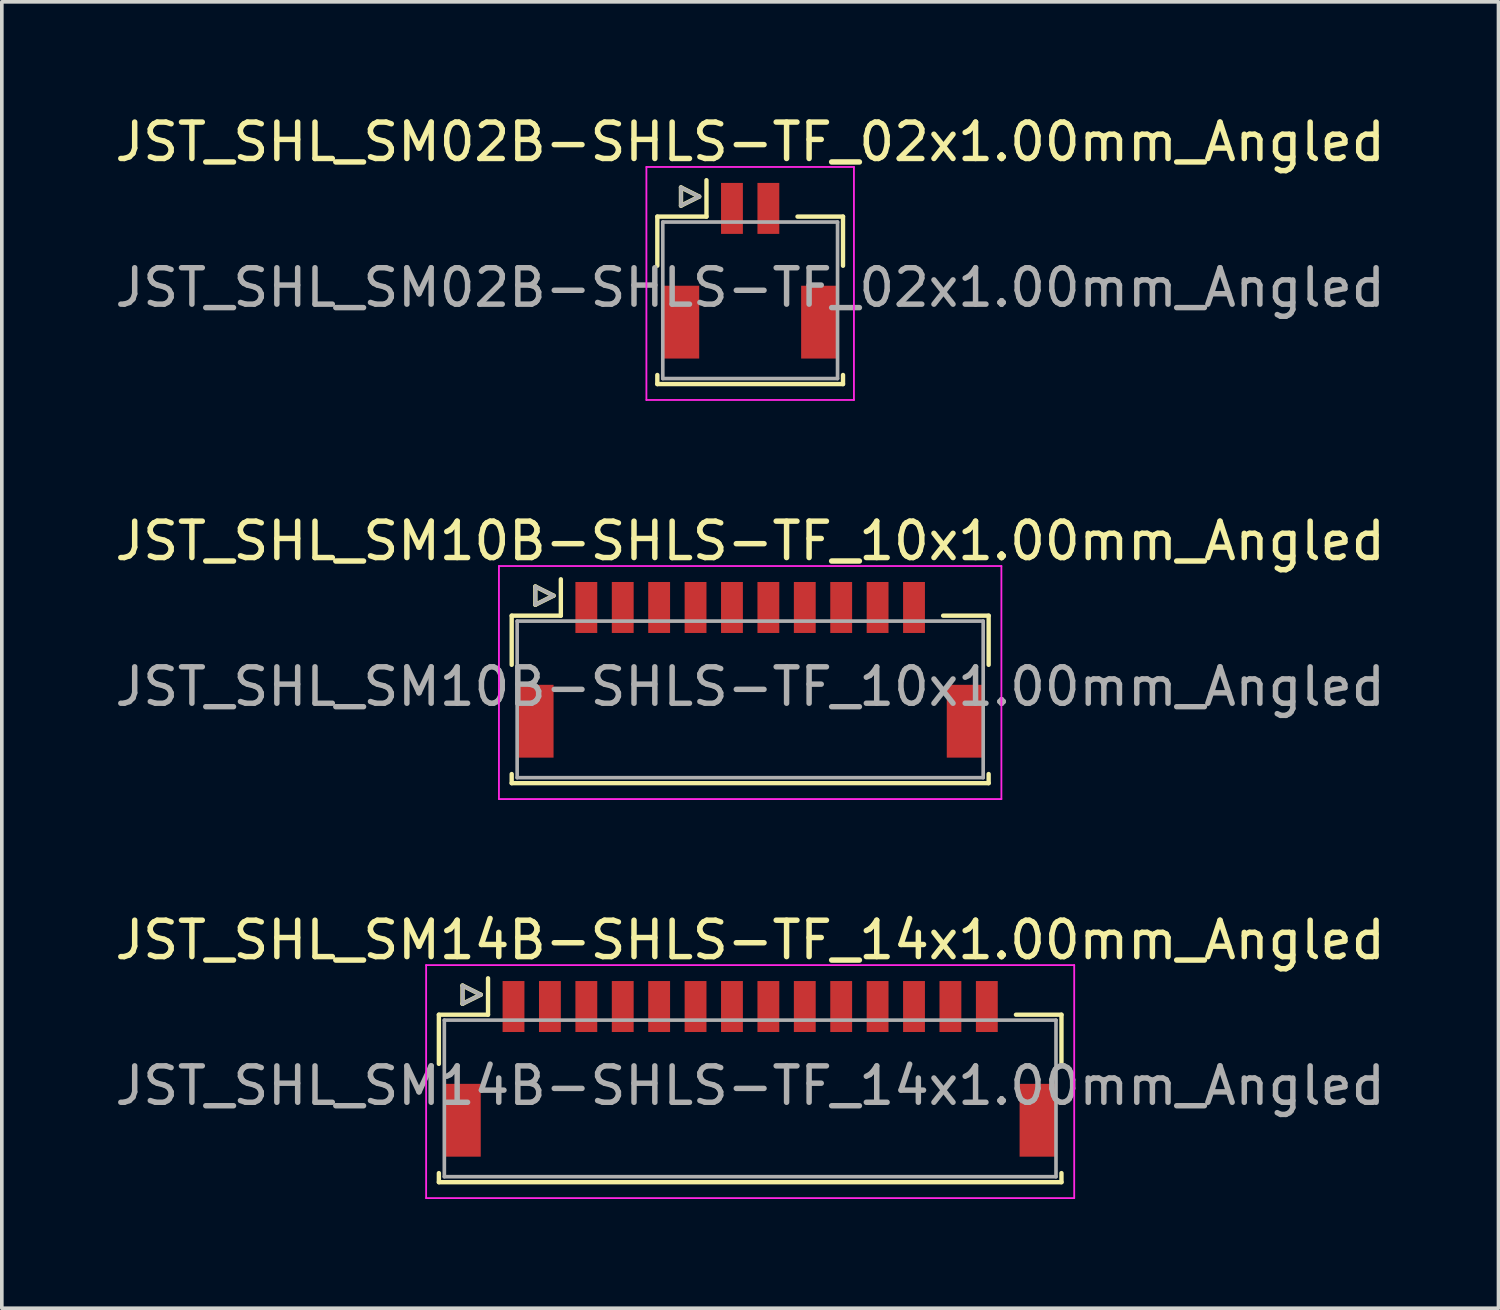
<source format=kicad_pcb>
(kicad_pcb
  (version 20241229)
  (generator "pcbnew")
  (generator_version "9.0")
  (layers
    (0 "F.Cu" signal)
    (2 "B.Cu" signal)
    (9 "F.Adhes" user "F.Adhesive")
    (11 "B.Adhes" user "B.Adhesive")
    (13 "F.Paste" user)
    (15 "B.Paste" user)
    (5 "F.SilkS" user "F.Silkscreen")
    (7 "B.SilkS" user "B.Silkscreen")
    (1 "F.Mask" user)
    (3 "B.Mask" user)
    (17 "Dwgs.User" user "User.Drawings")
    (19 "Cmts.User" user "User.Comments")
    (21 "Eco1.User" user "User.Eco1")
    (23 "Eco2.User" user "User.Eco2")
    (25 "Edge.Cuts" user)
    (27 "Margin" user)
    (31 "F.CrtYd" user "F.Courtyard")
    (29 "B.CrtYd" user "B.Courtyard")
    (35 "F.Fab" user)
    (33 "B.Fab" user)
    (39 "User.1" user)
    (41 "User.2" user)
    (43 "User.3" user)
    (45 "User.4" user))
  (footprint "JST_SHL_SM10B-SHLS-TF_10x1.00mm_Angled"
    (layer "F.Cu")
    (at 17.554 15.197)
    (property "Reference" "JST_SHL_SM10B-SHLS-TF_10x1.00mm_Angled" (at 0 -3.388 0) (layer "F.SilkS") (effects (font (size 1 1) (thickness 0.15))))
    (attr smd)
    (fp_line (start -6.55 -1.337) (end -5.2 -1.337) (stroke (width 0.12) (type solid)) (layer "F.SilkS"))
    (fp_line (start -6.55 0.013) (end -6.55 -1.337) (stroke (width 0.12) (type solid)) (layer "F.SilkS"))
    (fp_line (start -6.55 3.013) (end -6.55 3.263) (stroke (width 0.12) (type solid)) (layer "F.SilkS"))
    (fp_line (start -6.55 3.263) (end 6.55 3.263) (stroke (width 0.12) (type solid)) (layer "F.SilkS"))
    (fp_line (start -5.9 -2.138) (end -5.9 -1.637) (stroke (width 0.12) (type solid)) (layer "F.SilkS"))
    (fp_line (start -5.9 -1.637) (end -5.4 -1.887) (stroke (width 0.12) (type solid)) (layer "F.SilkS"))
    (fp_line (start -5.4 -1.887) (end -5.9 -2.138) (stroke (width 0.12) (type solid)) (layer "F.SilkS"))
    (fp_line (start -5.2 -1.337) (end -5.2 -2.337) (stroke (width 0.12) (type solid)) (layer "F.SilkS"))
    (fp_line (start 6.55 -1.337) (end 5.3 -1.337) (stroke (width 0.12) (type solid)) (layer "F.SilkS"))
    (fp_line (start 6.55 0.013) (end 6.55 -1.337) (stroke (width 0.12) (type solid)) (layer "F.SilkS"))
    (fp_line (start 6.55 3.263) (end 6.55 3.013) (stroke (width 0.12) (type solid)) (layer "F.SilkS"))
    (fp_line (start -6.9 -2.7) (end -6.9 3.7) (stroke (width 0.05) (type solid)) (layer "F.CrtYd"))
    (fp_line (start -6.9 3.7) (end 6.9 3.7) (stroke (width 0.05) (type solid)) (layer "F.CrtYd"))
    (fp_line (start 6.9 -2.7) (end -6.9 -2.7) (stroke (width 0.05) (type solid)) (layer "F.CrtYd"))
    (fp_line (start 6.9 3.7) (end 6.9 -2.7) (stroke (width 0.05) (type solid)) (layer "F.CrtYd"))
    (fp_line (start -6.4 -1.188) (end -6.4 3.112) (stroke (width 0.1) (type solid)) (layer "F.Fab"))
    (fp_line (start -6.4 3.112) (end 6.4 3.112) (stroke (width 0.1) (type solid)) (layer "F.Fab"))
    (fp_line (start -5.9 -2.138) (end -5.9 -1.637) (stroke (width 0.1) (type solid)) (layer "F.Fab"))
    (fp_line (start -5.9 -1.637) (end -5.4 -1.887) (stroke (width 0.1) (type solid)) (layer "F.Fab"))
    (fp_line (start -5.4 -1.887) (end -5.9 -2.138) (stroke (width 0.1) (type solid)) (layer "F.Fab"))
    (fp_line (start 6.4 -1.188) (end -6.4 -1.188) (stroke (width 0.1) (type solid)) (layer "F.Fab"))
    (fp_line (start 6.4 3.112) (end 6.4 -1.188) (stroke (width 0.1) (type solid)) (layer "F.Fab"))
    (fp_text user "${REFERENCE}" (at 0 0.613 0) (layer "F.Fab") (effects (font (size 1 1) (thickness 0.15))))
    (pad "" smd rect (at -5.9 1.562) (size 1 2) (layers "F.Cu" "F.Mask" "F.Paste"))
    (pad "" smd rect (at 5.9 1.562) (size 1 2) (layers "F.Cu" "F.Mask" "F.Paste"))
    (pad "1" smd rect (at -4.5 -1.562) (size 0.6 1.4) (layers "F.Cu" "F.Mask" "F.Paste"))
    (pad "2" smd rect (at -3.5 -1.562) (size 0.6 1.4) (layers "F.Cu" "F.Mask" "F.Paste"))
    (pad "3" smd rect (at -2.5 -1.562) (size 0.6 1.4) (layers "F.Cu" "F.Mask" "F.Paste"))
    (pad "4" smd rect (at -1.5 -1.562) (size 0.6 1.4) (layers "F.Cu" "F.Mask" "F.Paste"))
    (pad "5" smd rect (at -0.5 -1.562) (size 0.6 1.4) (layers "F.Cu" "F.Mask" "F.Paste"))
    (pad "6" smd rect (at 0.5 -1.562) (size 0.6 1.4) (layers "F.Cu" "F.Mask" "F.Paste"))
    (pad "7" smd rect (at 1.5 -1.562) (size 0.6 1.4) (layers "F.Cu" "F.Mask" "F.Paste"))
    (pad "8" smd rect (at 2.5 -1.562) (size 0.6 1.4) (layers "F.Cu" "F.Mask" "F.Paste"))
    (pad "9" smd rect (at 3.5 -1.562) (size 0.6 1.4) (layers "F.Cu" "F.Mask" "F.Paste"))
    (pad "10" smd rect (at 4.5 -1.562) (size 0.6 1.4) (layers "F.Cu" "F.Mask" "F.Paste")))
  (footprint "JST_SHL_SM14B-SHLS-TF_14x1.00mm_Angled"
    (layer "F.Cu")
    (at 17.554 26.157)
    (property "Reference" "JST_SHL_SM14B-SHLS-TF_14x1.00mm_Angled" (at 0 -3.388 0) (layer "F.SilkS") (effects (font (size 1 1) (thickness 0.15))))
    (attr smd)
    (fp_line (start -8.55 -1.337) (end -7.2 -1.337) (stroke (width 0.12) (type solid)) (layer "F.SilkS"))
    (fp_line (start -8.55 0.013) (end -8.55 -1.337) (stroke (width 0.12) (type solid)) (layer "F.SilkS"))
    (fp_line (start -8.55 3.013) (end -8.55 3.263) (stroke (width 0.12) (type solid)) (layer "F.SilkS"))
    (fp_line (start -8.55 3.263) (end 8.55 3.263) (stroke (width 0.12) (type solid)) (layer "F.SilkS"))
    (fp_line (start -7.9 -2.138) (end -7.9 -1.637) (stroke (width 0.12) (type solid)) (layer "F.SilkS"))
    (fp_line (start -7.9 -1.637) (end -7.4 -1.887) (stroke (width 0.12) (type solid)) (layer "F.SilkS"))
    (fp_line (start -7.4 -1.887) (end -7.9 -2.138) (stroke (width 0.12) (type solid)) (layer "F.SilkS"))
    (fp_line (start -7.2 -1.337) (end -7.2 -2.337) (stroke (width 0.12) (type solid)) (layer "F.SilkS"))
    (fp_line (start 8.55 -1.337) (end 7.3 -1.337) (stroke (width 0.12) (type solid)) (layer "F.SilkS"))
    (fp_line (start 8.55 0.013) (end 8.55 -1.337) (stroke (width 0.12) (type solid)) (layer "F.SilkS"))
    (fp_line (start 8.55 3.263) (end 8.55 3.013) (stroke (width 0.12) (type solid)) (layer "F.SilkS"))
    (fp_line (start -8.9 -2.7) (end -8.9 3.7) (stroke (width 0.05) (type solid)) (layer "F.CrtYd"))
    (fp_line (start -8.9 3.7) (end 8.9 3.7) (stroke (width 0.05) (type solid)) (layer "F.CrtYd"))
    (fp_line (start 8.9 -2.7) (end -8.9 -2.7) (stroke (width 0.05) (type solid)) (layer "F.CrtYd"))
    (fp_line (start 8.9 3.7) (end 8.9 -2.7) (stroke (width 0.05) (type solid)) (layer "F.CrtYd"))
    (fp_line (start -8.4 -1.188) (end -8.4 3.112) (stroke (width 0.1) (type solid)) (layer "F.Fab"))
    (fp_line (start -8.4 3.112) (end 8.4 3.112) (stroke (width 0.1) (type solid)) (layer "F.Fab"))
    (fp_line (start -7.9 -2.138) (end -7.9 -1.637) (stroke (width 0.1) (type solid)) (layer "F.Fab"))
    (fp_line (start -7.9 -1.637) (end -7.4 -1.887) (stroke (width 0.1) (type solid)) (layer "F.Fab"))
    (fp_line (start -7.4 -1.887) (end -7.9 -2.138) (stroke (width 0.1) (type solid)) (layer "F.Fab"))
    (fp_line (start 8.4 -1.188) (end -8.4 -1.188) (stroke (width 0.1) (type solid)) (layer "F.Fab"))
    (fp_line (start 8.4 3.112) (end 8.4 -1.188) (stroke (width 0.1) (type solid)) (layer "F.Fab"))
    (fp_text user "${REFERENCE}" (at 0 0.613 0) (layer "F.Fab") (effects (font (size 1 1) (thickness 0.15))))
    (pad "" smd rect (at -7.9 1.562) (size 1 2) (layers "F.Cu" "F.Mask" "F.Paste"))
    (pad "" smd rect (at 7.9 1.562) (size 1 2) (layers "F.Cu" "F.Mask" "F.Paste"))
    (pad "1" smd rect (at -6.5 -1.562) (size 0.6 1.4) (layers "F.Cu" "F.Mask" "F.Paste"))
    (pad "2" smd rect (at -5.5 -1.562) (size 0.6 1.4) (layers "F.Cu" "F.Mask" "F.Paste"))
    (pad "3" smd rect (at -4.5 -1.562) (size 0.6 1.4) (layers "F.Cu" "F.Mask" "F.Paste"))
    (pad "4" smd rect (at -3.5 -1.562) (size 0.6 1.4) (layers "F.Cu" "F.Mask" "F.Paste"))
    (pad "5" smd rect (at -2.5 -1.562) (size 0.6 1.4) (layers "F.Cu" "F.Mask" "F.Paste"))
    (pad "6" smd rect (at -1.5 -1.562) (size 0.6 1.4) (layers "F.Cu" "F.Mask" "F.Paste"))
    (pad "7" smd rect (at -0.5 -1.562) (size 0.6 1.4) (layers "F.Cu" "F.Mask" "F.Paste"))
    (pad "8" smd rect (at 0.5 -1.562) (size 0.6 1.4) (layers "F.Cu" "F.Mask" "F.Paste"))
    (pad "9" smd rect (at 1.5 -1.562) (size 0.6 1.4) (layers "F.Cu" "F.Mask" "F.Paste"))
    (pad "10" smd rect (at 2.5 -1.562) (size 0.6 1.4) (layers "F.Cu" "F.Mask" "F.Paste"))
    (pad "11" smd rect (at 3.5 -1.562) (size 0.6 1.4) (layers "F.Cu" "F.Mask" "F.Paste"))
    (pad "12" smd rect (at 4.5 -1.562) (size 0.6 1.4) (layers "F.Cu" "F.Mask" "F.Paste"))
    (pad "13" smd rect (at 5.5 -1.562) (size 0.6 1.4) (layers "F.Cu" "F.Mask" "F.Paste"))
    (pad "14" smd rect (at 6.5 -1.562) (size 0.6 1.4) (layers "F.Cu" "F.Mask" "F.Paste")))
  (footprint "JST_SHL_SM02B-SHLS-TF_02x1.00mm_Angled"
    (layer "F.Cu")
    (at 17.554 4.236)
    (property "Reference" "JST_SHL_SM02B-SHLS-TF_02x1.00mm_Angled" (at 0 -3.388 0) (layer "F.SilkS") (effects (font (size 1 1) (thickness 0.15))))
    (attr smd)
    (fp_line (start -2.55 -1.337) (end -1.2 -1.337) (stroke (width 0.12) (type solid)) (layer "F.SilkS"))
    (fp_line (start -2.55 0.013) (end -2.55 -1.337) (stroke (width 0.12) (type solid)) (layer "F.SilkS"))
    (fp_line (start -2.55 3.013) (end -2.55 3.263) (stroke (width 0.12) (type solid)) (layer "F.SilkS"))
    (fp_line (start -2.55 3.263) (end 2.55 3.263) (stroke (width 0.12) (type solid)) (layer "F.SilkS"))
    (fp_line (start -1.9 -2.138) (end -1.9 -1.637) (stroke (width 0.12) (type solid)) (layer "F.SilkS"))
    (fp_line (start -1.9 -1.637) (end -1.4 -1.887) (stroke (width 0.12) (type solid)) (layer "F.SilkS"))
    (fp_line (start -1.4 -1.887) (end -1.9 -2.138) (stroke (width 0.12) (type solid)) (layer "F.SilkS"))
    (fp_line (start -1.2 -1.337) (end -1.2 -2.337) (stroke (width 0.12) (type solid)) (layer "F.SilkS"))
    (fp_line (start 2.55 -1.337) (end 1.3 -1.337) (stroke (width 0.12) (type solid)) (layer "F.SilkS"))
    (fp_line (start 2.55 0.013) (end 2.55 -1.337) (stroke (width 0.12) (type solid)) (layer "F.SilkS"))
    (fp_line (start 2.55 3.263) (end 2.55 3.013) (stroke (width 0.12) (type solid)) (layer "F.SilkS"))
    (fp_line (start -2.85 -2.7) (end -2.85 3.7) (stroke (width 0.05) (type solid)) (layer "F.CrtYd"))
    (fp_line (start -2.85 3.7) (end 2.85 3.7) (stroke (width 0.05) (type solid)) (layer "F.CrtYd"))
    (fp_line (start 2.85 -2.7) (end -2.85 -2.7) (stroke (width 0.05) (type solid)) (layer "F.CrtYd"))
    (fp_line (start 2.85 3.7) (end 2.85 -2.7) (stroke (width 0.05) (type solid)) (layer "F.CrtYd"))
    (fp_line (start -2.4 -1.188) (end -2.4 3.112) (stroke (width 0.1) (type solid)) (layer "F.Fab"))
    (fp_line (start -2.4 3.112) (end 2.4 3.112) (stroke (width 0.1) (type solid)) (layer "F.Fab"))
    (fp_line (start -1.9 -2.138) (end -1.9 -1.637) (stroke (width 0.1) (type solid)) (layer "F.Fab"))
    (fp_line (start -1.9 -1.637) (end -1.4 -1.887) (stroke (width 0.1) (type solid)) (layer "F.Fab"))
    (fp_line (start -1.4 -1.887) (end -1.9 -2.138) (stroke (width 0.1) (type solid)) (layer "F.Fab"))
    (fp_line (start 2.4 -1.188) (end -2.4 -1.188) (stroke (width 0.1) (type solid)) (layer "F.Fab"))
    (fp_line (start 2.4 3.112) (end 2.4 -1.188) (stroke (width 0.1) (type solid)) (layer "F.Fab"))
    (fp_text user "${REFERENCE}" (at 0 0.613 0) (layer "F.Fab") (effects (font (size 1 1) (thickness 0.15))))
    (pad "" smd rect (at -1.9 1.562) (size 1 2) (layers "F.Cu" "F.Mask" "F.Paste"))
    (pad "" smd rect (at 1.9 1.562) (size 1 2) (layers "F.Cu" "F.Mask" "F.Paste"))
    (pad "1" smd rect (at -0.5 -1.562) (size 0.6 1.4) (layers "F.Cu" "F.Mask" "F.Paste"))
    (pad "2" smd rect (at 0.5 -1.562) (size 0.6 1.4) (layers "F.Cu" "F.Mask" "F.Paste")))
  (gr_rect
    (start -3 -3)
    (end 38.107 32.882)
    (stroke (width 0.1) (type default))
    (fill no)
    (layer "Edge.Cuts")))
</source>
